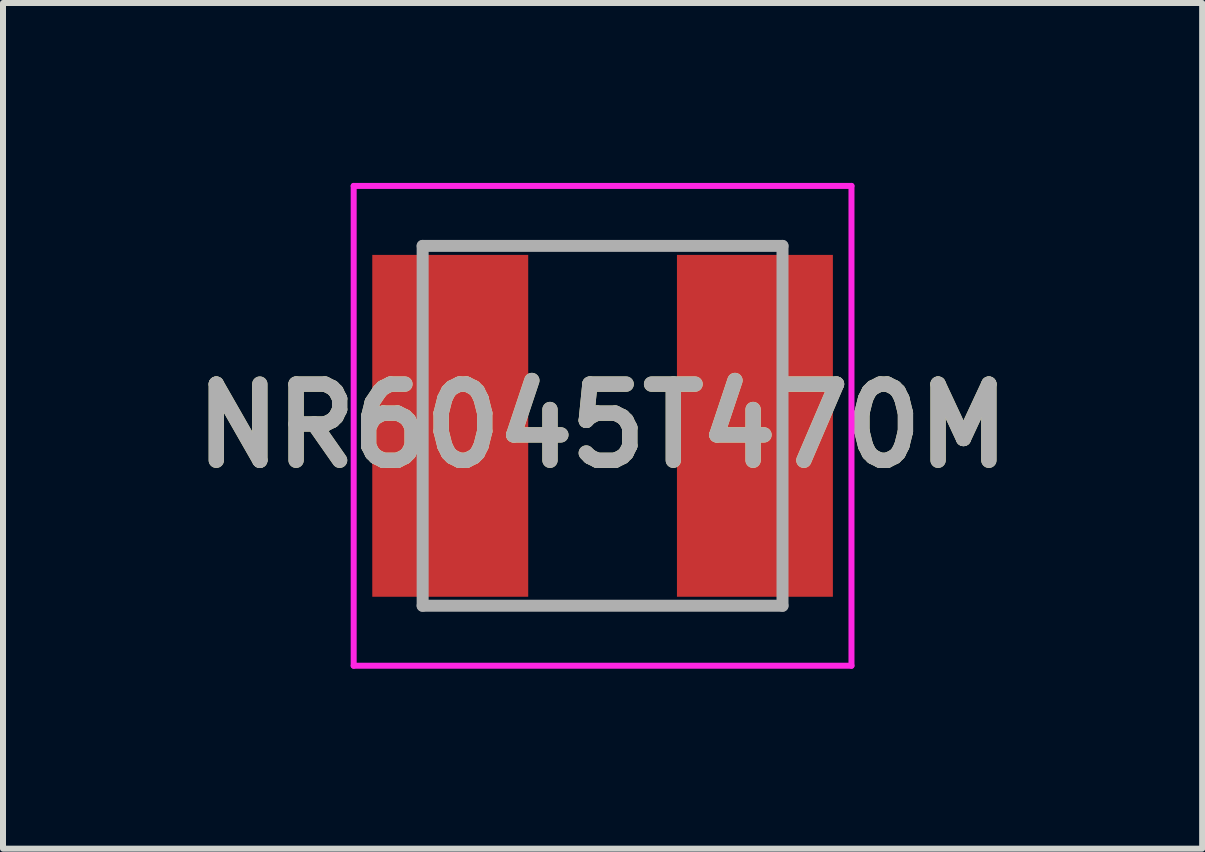
<source format=kicad_pcb>
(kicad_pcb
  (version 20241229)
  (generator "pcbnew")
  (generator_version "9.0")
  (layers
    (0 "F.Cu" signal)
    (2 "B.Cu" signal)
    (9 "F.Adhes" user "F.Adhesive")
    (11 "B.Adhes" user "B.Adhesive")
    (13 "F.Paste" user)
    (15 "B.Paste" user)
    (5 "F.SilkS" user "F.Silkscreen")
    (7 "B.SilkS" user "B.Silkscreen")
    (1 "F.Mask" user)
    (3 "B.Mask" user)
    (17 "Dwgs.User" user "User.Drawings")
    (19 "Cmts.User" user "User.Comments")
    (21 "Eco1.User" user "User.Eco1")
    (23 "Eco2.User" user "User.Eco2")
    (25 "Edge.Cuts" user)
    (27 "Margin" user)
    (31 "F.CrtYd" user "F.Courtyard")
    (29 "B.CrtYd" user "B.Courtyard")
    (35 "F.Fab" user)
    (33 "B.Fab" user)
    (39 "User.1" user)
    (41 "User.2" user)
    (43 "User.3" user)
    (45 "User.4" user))
  (footprint "NR6045T470M"
    (layer "F.Cu")
    (at 6.997 4.05)
    (property "Reference" "NR6045T470M" (at 0 0 0) (layer "F.SilkS") (effects (font (size 1.27 1.27) (thickness 0.254))))
    (attr smd)
    (fp_line (start -3 -3) (end 3 -3) (stroke (width 0.1) (type solid)) (layer "F.SilkS"))
    (fp_line (start -3 3) (end 3 3) (stroke (width 0.1) (type solid)) (layer "F.SilkS"))
    (fp_line (start -4.15 -4) (end 4.15 -4) (stroke (width 0.1) (type solid)) (layer "F.CrtYd"))
    (fp_line (start -4.15 4) (end -4.15 -4) (stroke (width 0.1) (type solid)) (layer "F.CrtYd"))
    (fp_line (start 4.15 -4) (end 4.15 4) (stroke (width 0.1) (type solid)) (layer "F.CrtYd"))
    (fp_line (start 4.15 4) (end -4.15 4) (stroke (width 0.1) (type solid)) (layer "F.CrtYd"))
    (fp_line (start -3 -3) (end 3 -3) (stroke (width 0.2) (type solid)) (layer "F.Fab"))
    (fp_line (start -3 3) (end -3 -3) (stroke (width 0.2) (type solid)) (layer "F.Fab"))
    (fp_line (start 3 -3) (end 3 3) (stroke (width 0.2) (type solid)) (layer "F.Fab"))
    (fp_line (start 3 3) (end -3 3) (stroke (width 0.2) (type solid)) (layer "F.Fab"))
    (fp_text user "${REFERENCE}" (at 0 0 0) (layer "F.Fab") (effects (font (size 1.27 1.27) (thickness 0.254))))
    (pad "1" smd rect (at -2.54 0) (size 2.6 5.7) (layers "F.Cu" "F.Mask" "F.Paste"))
    (pad "2" smd rect (at 2.54 0) (size 2.6 5.7) (layers "F.Cu" "F.Mask" "F.Paste")))
  (gr_rect
    (start -3 -3)
    (end 16.994 11.1)
    (stroke (width 0.1) (type default))
    (fill no)
    (layer "Edge.Cuts")))
</source>
